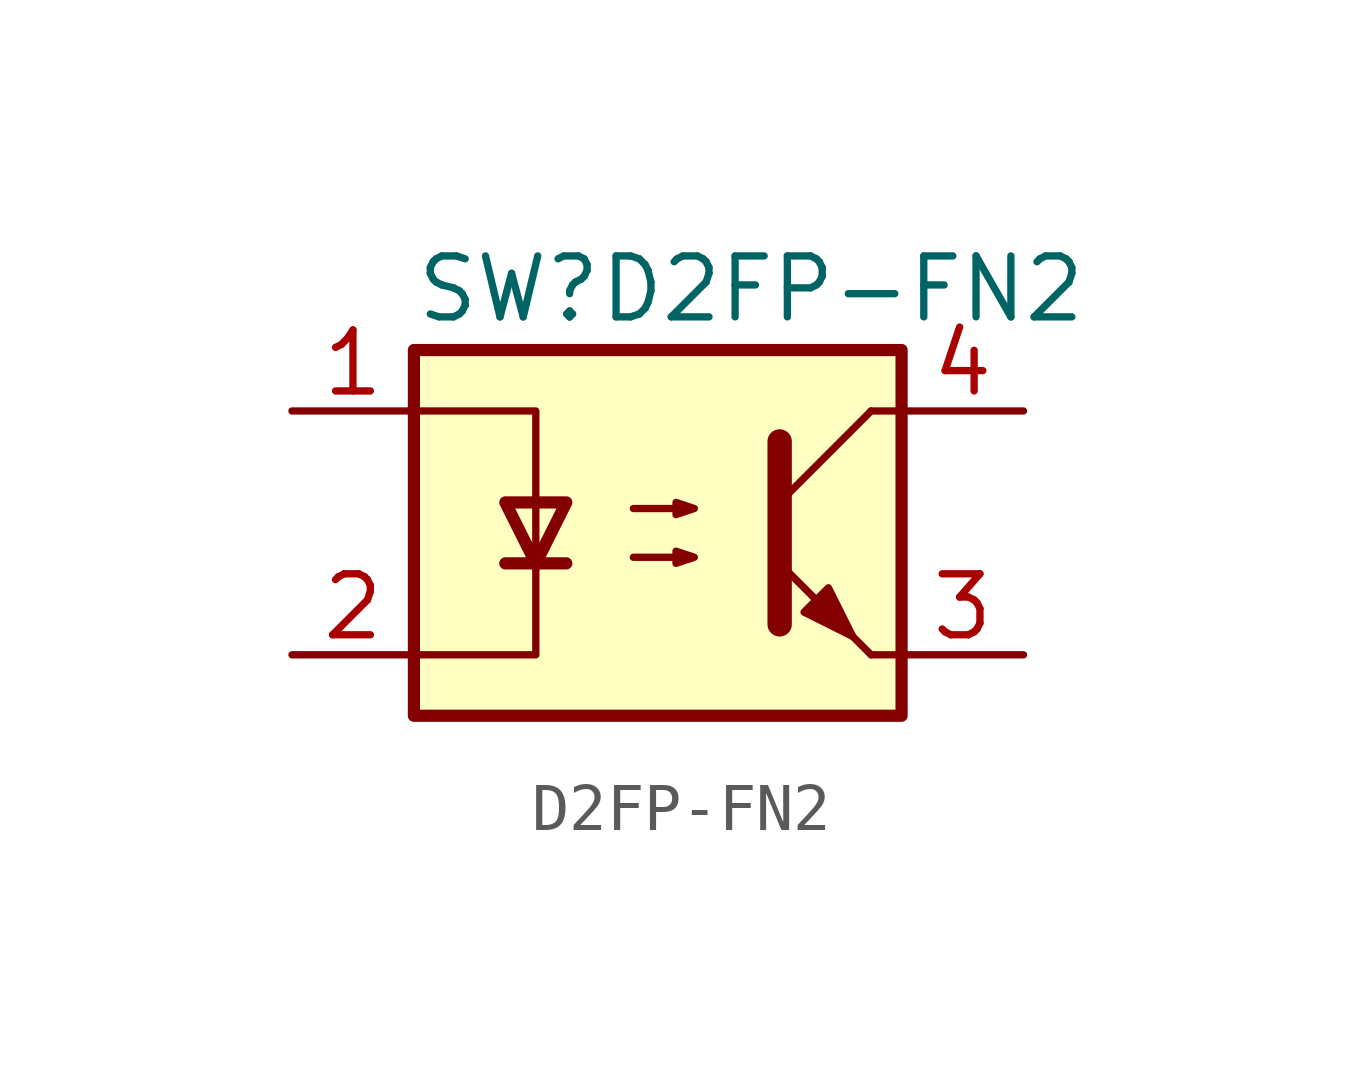
<source format=kicad_sym>
(kicad_symbol_lib
  (version 20220914)
  (generator kicad_symbol_editor)
  (symbol "D2FP-FN2"
    (pin_names
      (offset 1.016))
    (property "Reference" "SW"
      (at -5.08 5.08 0)
      (effects (font (size 1.27 1.27)) (justify left)))
    (property "Value" "D2FP-FN2"
      (at -1.27 5.08 0)
      (effects (font (size 1.27 1.27)) (justify left)))
    (symbol "D2FP-FN2_0_1"
      (rectangle (start -5.08 3.81) (end 5.08 -3.81) (stroke (width 0.254) (type default)) (fill (type background)))
      (polyline (pts (xy -3.175 -0.635) (xy -1.905 -0.635)) (stroke (width 0.254) (type default)) (fill (type none)))
      (polyline (pts (xy 2.54 0.635) (xy 4.445 2.54)) (stroke (width 0) (type default)) (fill (type none)))
      (polyline (pts (xy 4.445 -2.54) (xy 2.54 -0.635)) (stroke (width 0) (type default)) (fill (type outline)))
      (polyline (pts (xy 4.445 -2.54) (xy 5.08 -2.54)) (stroke (width 0) (type default)) (fill (type none)))
      (polyline (pts (xy 4.445 2.54) (xy 5.08 2.54)) (stroke (width 0) (type default)) (fill (type none)))
      (polyline (pts (xy -5.08 2.54) (xy -2.54 2.54) (xy -2.54 -0.762)) (stroke (width 0) (type default)) (fill (type none)))
      (polyline (pts (xy -2.54 -0.635) (xy -2.54 -2.54) (xy -5.08 -2.54)) (stroke (width 0) (type default)) (fill (type none)))
      (polyline (pts (xy 2.54 1.905) (xy 2.54 -1.905) (xy 2.54 -1.905)) (stroke (width 0.508) (type default)) (fill (type none)))
      (polyline (pts (xy -2.54 -0.635) (xy -3.175 0.635) (xy -1.905 0.635) (xy -2.54 -0.635)) (stroke (width 0.254) (type default)) (fill (type none)))
      (polyline (pts (xy -0.508 -0.508) (xy 0.762 -0.508) (xy 0.381 -0.635) (xy 0.381 -0.381) (xy 0.762 -0.508)) (stroke (width 0) (type default)) (fill (type none)))
      (polyline (pts (xy -0.508 0.508) (xy 0.762 0.508) (xy 0.381 0.381) (xy 0.381 0.635) (xy 0.762 0.508)) (stroke (width 0) (type default)) (fill (type none)))
      (polyline (pts (xy 3.048 -1.651) (xy 3.556 -1.143) (xy 4.064 -2.159) (xy 3.048 -1.651) (xy 3.048 -1.651)) (stroke (width 0) (type default)) (fill (type outline))))
    (symbol "D2FP-FN2_1_1"
      (pin passive line (at -7.62 2.54 0) (length 2.54) (name "~" (effects (font (size 1.27 1.27)))) (number "1" (effects (font (size 1.27 1.27)))))
      (pin passive line (at -7.62 -2.54 0) (length 2.54) (name "~" (effects (font (size 1.27 1.27)))) (number "2" (effects (font (size 1.27 1.27)))))
      (pin passive line (at 7.62 -2.54 180) (length 2.54) (name "~" (effects (font (size 1.27 1.27)))) (number "3" (effects (font (size 1.27 1.27)))))
      (pin passive line (at 7.62 2.54 180) (length 2.54) (name "~" (effects (font (size 1.27 1.27)))) (number "4" (effects (font (size 1.27 1.27)))))
      (pin no_connect line (at -7.62 0 0) (length 2.54) hide (name "~" (effects (font (size 1.27 1.27)))) (number "5" (effects (font (size 1.27 1.27))))))))
</source>
